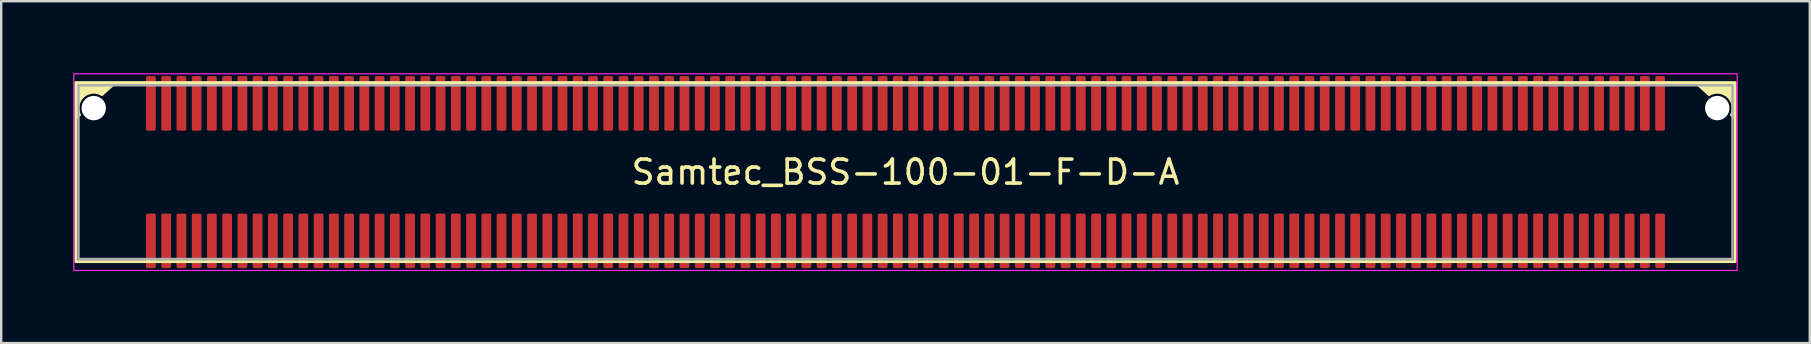
<source format=kicad_pcb>
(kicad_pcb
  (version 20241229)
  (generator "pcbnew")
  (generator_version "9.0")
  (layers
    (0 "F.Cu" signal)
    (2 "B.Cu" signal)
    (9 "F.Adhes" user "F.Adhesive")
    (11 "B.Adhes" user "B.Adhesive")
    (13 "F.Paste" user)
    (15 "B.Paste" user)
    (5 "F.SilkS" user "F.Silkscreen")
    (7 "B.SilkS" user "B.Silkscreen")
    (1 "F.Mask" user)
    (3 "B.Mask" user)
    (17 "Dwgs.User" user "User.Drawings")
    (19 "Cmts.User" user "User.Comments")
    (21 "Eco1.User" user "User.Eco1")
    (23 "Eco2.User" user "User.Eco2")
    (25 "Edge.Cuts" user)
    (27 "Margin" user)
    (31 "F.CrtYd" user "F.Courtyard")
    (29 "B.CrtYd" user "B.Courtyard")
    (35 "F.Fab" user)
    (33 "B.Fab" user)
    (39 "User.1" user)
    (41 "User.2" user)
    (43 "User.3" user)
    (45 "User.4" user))
  (footprint "Samtec_BSS-100-01-F-D-A"
    (layer "F.Cu")
    (at 34.669 4.12)
    (property "Reference" "Samtec_BSS-100-01-F-D-A" (at 0 0 0) (layer "F.SilkS") (effects (font (size 1 1) (thickness 0.15))))
    (attr smd)
    (fp_rect (start -34.559 -3.729) (end 34.559 3.729) (stroke (width 0.12) (type solid)) (fill no) (layer "F.SilkS"))
    (fp_poly (pts (xy -33.466 -3.156) (xy -33.484 -3.169) (xy -33.544 -3.204) (xy -33.608 -3.231) (xy -33.675 -3.251) (xy -33.744 -3.263) (xy -33.814 -3.268) (xy -33.883 -3.263) (xy -33.952 -3.251) (xy -34.019 -3.231) (xy -34.083 -3.204) (xy -34.144 -3.169) (xy -34.2 -3.127) (xy -34.251 -3.079) (xy -34.295 -3.026) (xy -34.334 -2.967) (xy -34.365 -2.905) (xy -34.389 -2.839) (xy -34.405 -2.771) (xy -34.413 -2.702) (xy -34.413 -2.632) (xy -34.405 -2.563) (xy -34.389 -2.495) (xy -34.365 -2.429) (xy -34.336 -2.371) (xy -34.559 -2.171) (xy -34.559 -3.729) (xy -32.83 -3.729)) (stroke (width 0) (type default)) (fill yes) (layer "F.SilkS"))
    (fp_poly (pts (xy 33.466 -3.156) (xy 33.484 -3.169) (xy 33.544 -3.204) (xy 33.608 -3.231) (xy 33.675 -3.251) (xy 33.744 -3.263) (xy 33.814 -3.268) (xy 33.883 -3.263) (xy 33.952 -3.251) (xy 34.019 -3.231) (xy 34.083 -3.204) (xy 34.144 -3.169) (xy 34.2 -3.127) (xy 34.251 -3.079) (xy 34.295 -3.026) (xy 34.334 -2.967) (xy 34.365 -2.905) (xy 34.389 -2.839) (xy 34.405 -2.771) (xy 34.413 -2.702) (xy 34.413 -2.632) (xy 34.405 -2.563) (xy 34.389 -2.495) (xy 34.365 -2.429) (xy 34.336 -2.371) (xy 34.559 -2.171) (xy 34.559 -3.729) (xy 32.83 -3.729)) (stroke (width 0) (type default)) (fill yes) (layer "F.SilkS"))
    (fp_rect (start -34.644 -4.096) (end 34.644 4.096) (stroke (width 0.05) (type solid)) (fill no) (layer "F.CrtYd"))
    (fp_rect (start -34.449 -3.619) (end 34.449 3.619) (stroke (width 0.1) (type solid)) (fill no) (layer "F.Fab"))
    (pad "" np_thru_hole circle (at -33.814 -2.667) (size 1.016 1.016) (drill 1.016) (layers "*.Cu" "*.Mask"))
    (pad "" np_thru_hole circle (at 33.814 -2.667) (size 1.016 1.016) (drill 1.016) (layers "*.Cu" "*.Mask"))
    (pad "1" smd roundrect (at -31.433 2.864) (size 0.406 2.273) (layers "F.Cu" "F.Mask" "F.Paste") (roundrect_rratio 0.15))
    (pad "2" smd roundrect (at -31.433 -2.864) (size 0.406 2.273) (layers "F.Cu" "F.Mask" "F.Paste") (roundrect_rratio 0.15))
    (pad "3" smd roundrect (at -30.797 2.864) (size 0.406 2.273) (layers "F.Cu" "F.Mask" "F.Paste") (roundrect_rratio 0.15))
    (pad "4" smd roundrect (at -30.797 -2.864) (size 0.406 2.273) (layers "F.Cu" "F.Mask" "F.Paste") (roundrect_rratio 0.15))
    (pad "5" smd roundrect (at -30.163 2.864) (size 0.406 2.273) (layers "F.Cu" "F.Mask" "F.Paste") (roundrect_rratio 0.15))
    (pad "6" smd roundrect (at -30.163 -2.864) (size 0.406 2.273) (layers "F.Cu" "F.Mask" "F.Paste") (roundrect_rratio 0.15))
    (pad "7" smd roundrect (at -29.527 2.864) (size 0.406 2.273) (layers "F.Cu" "F.Mask" "F.Paste") (roundrect_rratio 0.15))
    (pad "8" smd roundrect (at -29.527 -2.864) (size 0.406 2.273) (layers "F.Cu" "F.Mask" "F.Paste") (roundrect_rratio 0.15))
    (pad "9" smd roundrect (at -28.892 2.864) (size 0.406 2.273) (layers "F.Cu" "F.Mask" "F.Paste") (roundrect_rratio 0.15))
    (pad "10" smd roundrect (at -28.892 -2.864) (size 0.406 2.273) (layers "F.Cu" "F.Mask" "F.Paste") (roundrect_rratio 0.15))
    (pad "11" smd roundrect (at -28.258 2.864) (size 0.406 2.273) (layers "F.Cu" "F.Mask" "F.Paste") (roundrect_rratio 0.15))
    (pad "12" smd roundrect (at -28.258 -2.864) (size 0.406 2.273) (layers "F.Cu" "F.Mask" "F.Paste") (roundrect_rratio 0.15))
    (pad "13" smd roundrect (at -27.622 2.864) (size 0.406 2.273) (layers "F.Cu" "F.Mask" "F.Paste") (roundrect_rratio 0.15))
    (pad "14" smd roundrect (at -27.622 -2.864) (size 0.406 2.273) (layers "F.Cu" "F.Mask" "F.Paste") (roundrect_rratio 0.15))
    (pad "15" smd roundrect (at -26.988 2.864) (size 0.406 2.273) (layers "F.Cu" "F.Mask" "F.Paste") (roundrect_rratio 0.15))
    (pad "16" smd roundrect (at -26.988 -2.864) (size 0.406 2.273) (layers "F.Cu" "F.Mask" "F.Paste") (roundrect_rratio 0.15))
    (pad "17" smd roundrect (at -26.352 2.864) (size 0.406 2.273) (layers "F.Cu" "F.Mask" "F.Paste") (roundrect_rratio 0.15))
    (pad "18" smd roundrect (at -26.352 -2.864) (size 0.406 2.273) (layers "F.Cu" "F.Mask" "F.Paste") (roundrect_rratio 0.15))
    (pad "19" smd roundrect (at -25.718 2.864) (size 0.406 2.273) (layers "F.Cu" "F.Mask" "F.Paste") (roundrect_rratio 0.15))
    (pad "20" smd roundrect (at -25.718 -2.864) (size 0.406 2.273) (layers "F.Cu" "F.Mask" "F.Paste") (roundrect_rratio 0.15))
    (pad "21" smd roundrect (at -25.082 2.864) (size 0.406 2.273) (layers "F.Cu" "F.Mask" "F.Paste") (roundrect_rratio 0.15))
    (pad "22" smd roundrect (at -25.082 -2.864) (size 0.406 2.273) (layers "F.Cu" "F.Mask" "F.Paste") (roundrect_rratio 0.15))
    (pad "23" smd roundrect (at -24.448 2.864) (size 0.406 2.273) (layers "F.Cu" "F.Mask" "F.Paste") (roundrect_rratio 0.15))
    (pad "24" smd roundrect (at -24.448 -2.864) (size 0.406 2.273) (layers "F.Cu" "F.Mask" "F.Paste") (roundrect_rratio 0.15))
    (pad "25" smd roundrect (at -23.812 2.864) (size 0.406 2.273) (layers "F.Cu" "F.Mask" "F.Paste") (roundrect_rratio 0.15))
    (pad "26" smd roundrect (at -23.812 -2.864) (size 0.406 2.273) (layers "F.Cu" "F.Mask" "F.Paste") (roundrect_rratio 0.15))
    (pad "27" smd roundrect (at -23.177 2.864) (size 0.406 2.273) (layers "F.Cu" "F.Mask" "F.Paste") (roundrect_rratio 0.15))
    (pad "28" smd roundrect (at -23.177 -2.864) (size 0.406 2.273) (layers "F.Cu" "F.Mask" "F.Paste") (roundrect_rratio 0.15))
    (pad "29" smd roundrect (at -22.543 2.864) (size 0.406 2.273) (layers "F.Cu" "F.Mask" "F.Paste") (roundrect_rratio 0.15))
    (pad "30" smd roundrect (at -22.543 -2.864) (size 0.406 2.273) (layers "F.Cu" "F.Mask" "F.Paste") (roundrect_rratio 0.15))
    (pad "31" smd roundrect (at -21.907 2.864) (size 0.406 2.273) (layers "F.Cu" "F.Mask" "F.Paste") (roundrect_rratio 0.15))
    (pad "32" smd roundrect (at -21.907 -2.864) (size 0.406 2.273) (layers "F.Cu" "F.Mask" "F.Paste") (roundrect_rratio 0.15))
    (pad "33" smd roundrect (at -21.273 2.864) (size 0.406 2.273) (layers "F.Cu" "F.Mask" "F.Paste") (roundrect_rratio 0.15))
    (pad "34" smd roundrect (at -21.273 -2.864) (size 0.406 2.273) (layers "F.Cu" "F.Mask" "F.Paste") (roundrect_rratio 0.15))
    (pad "35" smd roundrect (at -20.637 2.864) (size 0.406 2.273) (layers "F.Cu" "F.Mask" "F.Paste") (roundrect_rratio 0.15))
    (pad "36" smd roundrect (at -20.637 -2.864) (size 0.406 2.273) (layers "F.Cu" "F.Mask" "F.Paste") (roundrect_rratio 0.15))
    (pad "37" smd roundrect (at -20.003 2.864) (size 0.406 2.273) (layers "F.Cu" "F.Mask" "F.Paste") (roundrect_rratio 0.15))
    (pad "38" smd roundrect (at -20.003 -2.864) (size 0.406 2.273) (layers "F.Cu" "F.Mask" "F.Paste") (roundrect_rratio 0.15))
    (pad "39" smd roundrect (at -19.367 2.864) (size 0.406 2.273) (layers "F.Cu" "F.Mask" "F.Paste") (roundrect_rratio 0.15))
    (pad "40" smd roundrect (at -19.367 -2.864) (size 0.406 2.273) (layers "F.Cu" "F.Mask" "F.Paste") (roundrect_rratio 0.15))
    (pad "41" smd roundrect (at -18.733 2.864) (size 0.406 2.273) (layers "F.Cu" "F.Mask" "F.Paste") (roundrect_rratio 0.15))
    (pad "42" smd roundrect (at -18.733 -2.864) (size 0.406 2.273) (layers "F.Cu" "F.Mask" "F.Paste") (roundrect_rratio 0.15))
    (pad "43" smd roundrect (at -18.098 2.864) (size 0.406 2.273) (layers "F.Cu" "F.Mask" "F.Paste") (roundrect_rratio 0.15))
    (pad "44" smd roundrect (at -18.098 -2.864) (size 0.406 2.273) (layers "F.Cu" "F.Mask" "F.Paste") (roundrect_rratio 0.15))
    (pad "45" smd roundrect (at -17.462 2.864) (size 0.406 2.273) (layers "F.Cu" "F.Mask" "F.Paste") (roundrect_rratio 0.15))
    (pad "46" smd roundrect (at -17.462 -2.864) (size 0.406 2.273) (layers "F.Cu" "F.Mask" "F.Paste") (roundrect_rratio 0.15))
    (pad "47" smd roundrect (at -16.828 2.864) (size 0.406 2.273) (layers "F.Cu" "F.Mask" "F.Paste") (roundrect_rratio 0.15))
    (pad "48" smd roundrect (at -16.828 -2.864) (size 0.406 2.273) (layers "F.Cu" "F.Mask" "F.Paste") (roundrect_rratio 0.15))
    (pad "49" smd roundrect (at -16.192 2.864) (size 0.406 2.273) (layers "F.Cu" "F.Mask" "F.Paste") (roundrect_rratio 0.15))
    (pad "50" smd roundrect (at -16.192 -2.864) (size 0.406 2.273) (layers "F.Cu" "F.Mask" "F.Paste") (roundrect_rratio 0.15))
    (pad "51" smd roundrect (at -15.557 2.864) (size 0.406 2.273) (layers "F.Cu" "F.Mask" "F.Paste") (roundrect_rratio 0.15))
    (pad "52" smd roundrect (at -15.557 -2.864) (size 0.406 2.273) (layers "F.Cu" "F.Mask" "F.Paste") (roundrect_rratio 0.15))
    (pad "53" smd roundrect (at -14.922 2.864) (size 0.406 2.273) (layers "F.Cu" "F.Mask" "F.Paste") (roundrect_rratio 0.15))
    (pad "54" smd roundrect (at -14.922 -2.864) (size 0.406 2.273) (layers "F.Cu" "F.Mask" "F.Paste") (roundrect_rratio 0.15))
    (pad "55" smd roundrect (at -14.287 2.864) (size 0.406 2.273) (layers "F.Cu" "F.Mask" "F.Paste") (roundrect_rratio 0.15))
    (pad "56" smd roundrect (at -14.287 -2.864) (size 0.406 2.273) (layers "F.Cu" "F.Mask" "F.Paste") (roundrect_rratio 0.15))
    (pad "57" smd roundrect (at -13.652 2.864) (size 0.406 2.273) (layers "F.Cu" "F.Mask" "F.Paste") (roundrect_rratio 0.15))
    (pad "58" smd roundrect (at -13.652 -2.864) (size 0.406 2.273) (layers "F.Cu" "F.Mask" "F.Paste") (roundrect_rratio 0.15))
    (pad "59" smd roundrect (at -13.018 2.864) (size 0.406 2.273) (layers "F.Cu" "F.Mask" "F.Paste") (roundrect_rratio 0.15))
    (pad "60" smd roundrect (at -13.018 -2.864) (size 0.406 2.273) (layers "F.Cu" "F.Mask" "F.Paste") (roundrect_rratio 0.15))
    (pad "61" smd roundrect (at -12.383 2.864) (size 0.406 2.273) (layers "F.Cu" "F.Mask" "F.Paste") (roundrect_rratio 0.15))
    (pad "62" smd roundrect (at -12.383 -2.864) (size 0.406 2.273) (layers "F.Cu" "F.Mask" "F.Paste") (roundrect_rratio 0.15))
    (pad "63" smd roundrect (at -11.748 2.864) (size 0.406 2.273) (layers "F.Cu" "F.Mask" "F.Paste") (roundrect_rratio 0.15))
    (pad "64" smd roundrect (at -11.748 -2.864) (size 0.406 2.273) (layers "F.Cu" "F.Mask" "F.Paste") (roundrect_rratio 0.15))
    (pad "65" smd roundrect (at -11.113 2.864) (size 0.406 2.273) (layers "F.Cu" "F.Mask" "F.Paste") (roundrect_rratio 0.15))
    (pad "66" smd roundrect (at -11.113 -2.864) (size 0.406 2.273) (layers "F.Cu" "F.Mask" "F.Paste") (roundrect_rratio 0.15))
    (pad "67" smd roundrect (at -10.477 2.864) (size 0.406 2.273) (layers "F.Cu" "F.Mask" "F.Paste") (roundrect_rratio 0.15))
    (pad "68" smd roundrect (at -10.477 -2.864) (size 0.406 2.273) (layers "F.Cu" "F.Mask" "F.Paste") (roundrect_rratio 0.15))
    (pad "69" smd roundrect (at -9.842 2.864) (size 0.406 2.273) (layers "F.Cu" "F.Mask" "F.Paste") (roundrect_rratio 0.15))
    (pad "70" smd roundrect (at -9.842 -2.864) (size 0.406 2.273) (layers "F.Cu" "F.Mask" "F.Paste") (roundrect_rratio 0.15))
    (pad "71" smd roundrect (at -9.207 2.864) (size 0.406 2.273) (layers "F.Cu" "F.Mask" "F.Paste") (roundrect_rratio 0.15))
    (pad "72" smd roundrect (at -9.207 -2.864) (size 0.406 2.273) (layers "F.Cu" "F.Mask" "F.Paste") (roundrect_rratio 0.15))
    (pad "73" smd roundrect (at -8.572 2.864) (size 0.406 2.273) (layers "F.Cu" "F.Mask" "F.Paste") (roundrect_rratio 0.15))
    (pad "74" smd roundrect (at -8.572 -2.864) (size 0.406 2.273) (layers "F.Cu" "F.Mask" "F.Paste") (roundrect_rratio 0.15))
    (pad "75" smd roundrect (at -7.938 2.864) (size 0.406 2.273) (layers "F.Cu" "F.Mask" "F.Paste") (roundrect_rratio 0.15))
    (pad "76" smd roundrect (at -7.938 -2.864) (size 0.406 2.273) (layers "F.Cu" "F.Mask" "F.Paste") (roundrect_rratio 0.15))
    (pad "77" smd roundrect (at -7.303 2.864) (size 0.406 2.273) (layers "F.Cu" "F.Mask" "F.Paste") (roundrect_rratio 0.15))
    (pad "78" smd roundrect (at -7.303 -2.864) (size 0.406 2.273) (layers "F.Cu" "F.Mask" "F.Paste") (roundrect_rratio 0.15))
    (pad "79" smd roundrect (at -6.668 2.864) (size 0.406 2.273) (layers "F.Cu" "F.Mask" "F.Paste") (roundrect_rratio 0.15))
    (pad "80" smd roundrect (at -6.668 -2.864) (size 0.406 2.273) (layers "F.Cu" "F.Mask" "F.Paste") (roundrect_rratio 0.15))
    (pad "81" smd roundrect (at -6.032 2.864) (size 0.406 2.273) (layers "F.Cu" "F.Mask" "F.Paste") (roundrect_rratio 0.15))
    (pad "82" smd roundrect (at -6.032 -2.864) (size 0.406 2.273) (layers "F.Cu" "F.Mask" "F.Paste") (roundrect_rratio 0.15))
    (pad "83" smd roundrect (at -5.397 2.864) (size 0.406 2.273) (layers "F.Cu" "F.Mask" "F.Paste") (roundrect_rratio 0.15))
    (pad "84" smd roundrect (at -5.397 -2.864) (size 0.406 2.273) (layers "F.Cu" "F.Mask" "F.Paste") (roundrect_rratio 0.15))
    (pad "85" smd roundrect (at -4.763 2.864) (size 0.406 2.273) (layers "F.Cu" "F.Mask" "F.Paste") (roundrect_rratio 0.15))
    (pad "86" smd roundrect (at -4.763 -2.864) (size 0.406 2.273) (layers "F.Cu" "F.Mask" "F.Paste") (roundrect_rratio 0.15))
    (pad "87" smd roundrect (at -4.128 2.864) (size 0.406 2.273) (layers "F.Cu" "F.Mask" "F.Paste") (roundrect_rratio 0.15))
    (pad "88" smd roundrect (at -4.128 -2.864) (size 0.406 2.273) (layers "F.Cu" "F.Mask" "F.Paste") (roundrect_rratio 0.15))
    (pad "89" smd roundrect (at -3.493 2.864) (size 0.406 2.273) (layers "F.Cu" "F.Mask" "F.Paste") (roundrect_rratio 0.15))
    (pad "90" smd roundrect (at -3.493 -2.864) (size 0.406 2.273) (layers "F.Cu" "F.Mask" "F.Paste") (roundrect_rratio 0.15))
    (pad "91" smd roundrect (at -2.857 2.864) (size 0.406 2.273) (layers "F.Cu" "F.Mask" "F.Paste") (roundrect_rratio 0.15))
    (pad "92" smd roundrect (at -2.857 -2.864) (size 0.406 2.273) (layers "F.Cu" "F.Mask" "F.Paste") (roundrect_rratio 0.15))
    (pad "93" smd roundrect (at -2.223 2.864) (size 0.406 2.273) (layers "F.Cu" "F.Mask" "F.Paste") (roundrect_rratio 0.15))
    (pad "94" smd roundrect (at -2.223 -2.864) (size 0.406 2.273) (layers "F.Cu" "F.Mask" "F.Paste") (roundrect_rratio 0.15))
    (pad "95" smd roundrect (at -1.587 2.864) (size 0.406 2.273) (layers "F.Cu" "F.Mask" "F.Paste") (roundrect_rratio 0.15))
    (pad "96" smd roundrect (at -1.587 -2.864) (size 0.406 2.273) (layers "F.Cu" "F.Mask" "F.Paste") (roundrect_rratio 0.15))
    (pad "97" smd roundrect (at -0.953 2.864) (size 0.406 2.273) (layers "F.Cu" "F.Mask" "F.Paste") (roundrect_rratio 0.15))
    (pad "98" smd roundrect (at -0.953 -2.864) (size 0.406 2.273) (layers "F.Cu" "F.Mask" "F.Paste") (roundrect_rratio 0.15))
    (pad "99" smd roundrect (at -0.318 2.864) (size 0.406 2.273) (layers "F.Cu" "F.Mask" "F.Paste") (roundrect_rratio 0.15))
    (pad "100" smd roundrect (at -0.318 -2.864) (size 0.406 2.273) (layers "F.Cu" "F.Mask" "F.Paste") (roundrect_rratio 0.15))
    (pad "101" smd roundrect (at 0.318 2.864) (size 0.406 2.273) (layers "F.Cu" "F.Mask" "F.Paste") (roundrect_rratio 0.15))
    (pad "102" smd roundrect (at 0.318 -2.864) (size 0.406 2.273) (layers "F.Cu" "F.Mask" "F.Paste") (roundrect_rratio 0.15))
    (pad "103" smd roundrect (at 0.953 2.864) (size 0.406 2.273) (layers "F.Cu" "F.Mask" "F.Paste") (roundrect_rratio 0.15))
    (pad "104" smd roundrect (at 0.953 -2.864) (size 0.406 2.273) (layers "F.Cu" "F.Mask" "F.Paste") (roundrect_rratio 0.15))
    (pad "105" smd roundrect (at 1.587 2.864) (size 0.406 2.273) (layers "F.Cu" "F.Mask" "F.Paste") (roundrect_rratio 0.15))
    (pad "106" smd roundrect (at 1.587 -2.864) (size 0.406 2.273) (layers "F.Cu" "F.Mask" "F.Paste") (roundrect_rratio 0.15))
    (pad "107" smd roundrect (at 2.223 2.864) (size 0.406 2.273) (layers "F.Cu" "F.Mask" "F.Paste") (roundrect_rratio 0.15))
    (pad "108" smd roundrect (at 2.223 -2.864) (size 0.406 2.273) (layers "F.Cu" "F.Mask" "F.Paste") (roundrect_rratio 0.15))
    (pad "109" smd roundrect (at 2.857 2.864) (size 0.406 2.273) (layers "F.Cu" "F.Mask" "F.Paste") (roundrect_rratio 0.15))
    (pad "110" smd roundrect (at 2.857 -2.864) (size 0.406 2.273) (layers "F.Cu" "F.Mask" "F.Paste") (roundrect_rratio 0.15))
    (pad "111" smd roundrect (at 3.493 2.864) (size 0.406 2.273) (layers "F.Cu" "F.Mask" "F.Paste") (roundrect_rratio 0.15))
    (pad "112" smd roundrect (at 3.493 -2.864) (size 0.406 2.273) (layers "F.Cu" "F.Mask" "F.Paste") (roundrect_rratio 0.15))
    (pad "113" smd roundrect (at 4.128 2.864) (size 0.406 2.273) (layers "F.Cu" "F.Mask" "F.Paste") (roundrect_rratio 0.15))
    (pad "114" smd roundrect (at 4.128 -2.864) (size 0.406 2.273) (layers "F.Cu" "F.Mask" "F.Paste") (roundrect_rratio 0.15))
    (pad "115" smd roundrect (at 4.763 2.864) (size 0.406 2.273) (layers "F.Cu" "F.Mask" "F.Paste") (roundrect_rratio 0.15))
    (pad "116" smd roundrect (at 4.763 -2.864) (size 0.406 2.273) (layers "F.Cu" "F.Mask" "F.Paste") (roundrect_rratio 0.15))
    (pad "117" smd roundrect (at 5.397 2.864) (size 0.406 2.273) (layers "F.Cu" "F.Mask" "F.Paste") (roundrect_rratio 0.15))
    (pad "118" smd roundrect (at 5.397 -2.864) (size 0.406 2.273) (layers "F.Cu" "F.Mask" "F.Paste") (roundrect_rratio 0.15))
    (pad "119" smd roundrect (at 6.032 2.864) (size 0.406 2.273) (layers "F.Cu" "F.Mask" "F.Paste") (roundrect_rratio 0.15))
    (pad "120" smd roundrect (at 6.032 -2.864) (size 0.406 2.273) (layers "F.Cu" "F.Mask" "F.Paste") (roundrect_rratio 0.15))
    (pad "121" smd roundrect (at 6.668 2.864) (size 0.406 2.273) (layers "F.Cu" "F.Mask" "F.Paste") (roundrect_rratio 0.15))
    (pad "122" smd roundrect (at 6.668 -2.864) (size 0.406 2.273) (layers "F.Cu" "F.Mask" "F.Paste") (roundrect_rratio 0.15))
    (pad "123" smd roundrect (at 7.303 2.864) (size 0.406 2.273) (layers "F.Cu" "F.Mask" "F.Paste") (roundrect_rratio 0.15))
    (pad "124" smd roundrect (at 7.303 -2.864) (size 0.406 2.273) (layers "F.Cu" "F.Mask" "F.Paste") (roundrect_rratio 0.15))
    (pad "125" smd roundrect (at 7.938 2.864) (size 0.406 2.273) (layers "F.Cu" "F.Mask" "F.Paste") (roundrect_rratio 0.15))
    (pad "126" smd roundrect (at 7.938 -2.864) (size 0.406 2.273) (layers "F.Cu" "F.Mask" "F.Paste") (roundrect_rratio 0.15))
    (pad "127" smd roundrect (at 8.572 2.864) (size 0.406 2.273) (layers "F.Cu" "F.Mask" "F.Paste") (roundrect_rratio 0.15))
    (pad "128" smd roundrect (at 8.572 -2.864) (size 0.406 2.273) (layers "F.Cu" "F.Mask" "F.Paste") (roundrect_rratio 0.15))
    (pad "129" smd roundrect (at 9.207 2.864) (size 0.406 2.273) (layers "F.Cu" "F.Mask" "F.Paste") (roundrect_rratio 0.15))
    (pad "130" smd roundrect (at 9.207 -2.864) (size 0.406 2.273) (layers "F.Cu" "F.Mask" "F.Paste") (roundrect_rratio 0.15))
    (pad "131" smd roundrect (at 9.842 2.864) (size 0.406 2.273) (layers "F.Cu" "F.Mask" "F.Paste") (roundrect_rratio 0.15))
    (pad "132" smd roundrect (at 9.842 -2.864) (size 0.406 2.273) (layers "F.Cu" "F.Mask" "F.Paste") (roundrect_rratio 0.15))
    (pad "133" smd roundrect (at 10.477 2.864) (size 0.406 2.273) (layers "F.Cu" "F.Mask" "F.Paste") (roundrect_rratio 0.15))
    (pad "134" smd roundrect (at 10.477 -2.864) (size 0.406 2.273) (layers "F.Cu" "F.Mask" "F.Paste") (roundrect_rratio 0.15))
    (pad "135" smd roundrect (at 11.113 2.864) (size 0.406 2.273) (layers "F.Cu" "F.Mask" "F.Paste") (roundrect_rratio 0.15))
    (pad "136" smd roundrect (at 11.113 -2.864) (size 0.406 2.273) (layers "F.Cu" "F.Mask" "F.Paste") (roundrect_rratio 0.15))
    (pad "137" smd roundrect (at 11.748 2.864) (size 0.406 2.273) (layers "F.Cu" "F.Mask" "F.Paste") (roundrect_rratio 0.15))
    (pad "138" smd roundrect (at 11.748 -2.864) (size 0.406 2.273) (layers "F.Cu" "F.Mask" "F.Paste") (roundrect_rratio 0.15))
    (pad "139" smd roundrect (at 12.383 2.864) (size 0.406 2.273) (layers "F.Cu" "F.Mask" "F.Paste") (roundrect_rratio 0.15))
    (pad "140" smd roundrect (at 12.383 -2.864) (size 0.406 2.273) (layers "F.Cu" "F.Mask" "F.Paste") (roundrect_rratio 0.15))
    (pad "141" smd roundrect (at 13.018 2.864) (size 0.406 2.273) (layers "F.Cu" "F.Mask" "F.Paste") (roundrect_rratio 0.15))
    (pad "142" smd roundrect (at 13.018 -2.864) (size 0.406 2.273) (layers "F.Cu" "F.Mask" "F.Paste") (roundrect_rratio 0.15))
    (pad "143" smd roundrect (at 13.652 2.864) (size 0.406 2.273) (layers "F.Cu" "F.Mask" "F.Paste") (roundrect_rratio 0.15))
    (pad "144" smd roundrect (at 13.652 -2.864) (size 0.406 2.273) (layers "F.Cu" "F.Mask" "F.Paste") (roundrect_rratio 0.15))
    (pad "145" smd roundrect (at 14.287 2.864) (size 0.406 2.273) (layers "F.Cu" "F.Mask" "F.Paste") (roundrect_rratio 0.15))
    (pad "146" smd roundrect (at 14.287 -2.864) (size 0.406 2.273) (layers "F.Cu" "F.Mask" "F.Paste") (roundrect_rratio 0.15))
    (pad "147" smd roundrect (at 14.922 2.864) (size 0.406 2.273) (layers "F.Cu" "F.Mask" "F.Paste") (roundrect_rratio 0.15))
    (pad "148" smd roundrect (at 14.922 -2.864) (size 0.406 2.273) (layers "F.Cu" "F.Mask" "F.Paste") (roundrect_rratio 0.15))
    (pad "149" smd roundrect (at 15.557 2.864) (size 0.406 2.273) (layers "F.Cu" "F.Mask" "F.Paste") (roundrect_rratio 0.15))
    (pad "150" smd roundrect (at 15.557 -2.864) (size 0.406 2.273) (layers "F.Cu" "F.Mask" "F.Paste") (roundrect_rratio 0.15))
    (pad "151" smd roundrect (at 16.192 2.864) (size 0.406 2.273) (layers "F.Cu" "F.Mask" "F.Paste") (roundrect_rratio 0.15))
    (pad "152" smd roundrect (at 16.192 -2.864) (size 0.406 2.273) (layers "F.Cu" "F.Mask" "F.Paste") (roundrect_rratio 0.15))
    (pad "153" smd roundrect (at 16.828 2.864) (size 0.406 2.273) (layers "F.Cu" "F.Mask" "F.Paste") (roundrect_rratio 0.15))
    (pad "154" smd roundrect (at 16.828 -2.864) (size 0.406 2.273) (layers "F.Cu" "F.Mask" "F.Paste") (roundrect_rratio 0.15))
    (pad "155" smd roundrect (at 17.462 2.864) (size 0.406 2.273) (layers "F.Cu" "F.Mask" "F.Paste") (roundrect_rratio 0.15))
    (pad "156" smd roundrect (at 17.462 -2.864) (size 0.406 2.273) (layers "F.Cu" "F.Mask" "F.Paste") (roundrect_rratio 0.15))
    (pad "157" smd roundrect (at 18.098 2.864) (size 0.406 2.273) (layers "F.Cu" "F.Mask" "F.Paste") (roundrect_rratio 0.15))
    (pad "158" smd roundrect (at 18.098 -2.864) (size 0.406 2.273) (layers "F.Cu" "F.Mask" "F.Paste") (roundrect_rratio 0.15))
    (pad "159" smd roundrect (at 18.733 2.864) (size 0.406 2.273) (layers "F.Cu" "F.Mask" "F.Paste") (roundrect_rratio 0.15))
    (pad "160" smd roundrect (at 18.733 -2.864) (size 0.406 2.273) (layers "F.Cu" "F.Mask" "F.Paste") (roundrect_rratio 0.15))
    (pad "161" smd roundrect (at 19.367 2.864) (size 0.406 2.273) (layers "F.Cu" "F.Mask" "F.Paste") (roundrect_rratio 0.15))
    (pad "162" smd roundrect (at 19.367 -2.864) (size 0.406 2.273) (layers "F.Cu" "F.Mask" "F.Paste") (roundrect_rratio 0.15))
    (pad "163" smd roundrect (at 20.003 2.864) (size 0.406 2.273) (layers "F.Cu" "F.Mask" "F.Paste") (roundrect_rratio 0.15))
    (pad "164" smd roundrect (at 20.003 -2.864) (size 0.406 2.273) (layers "F.Cu" "F.Mask" "F.Paste") (roundrect_rratio 0.15))
    (pad "165" smd roundrect (at 20.637 2.864) (size 0.406 2.273) (layers "F.Cu" "F.Mask" "F.Paste") (roundrect_rratio 0.15))
    (pad "166" smd roundrect (at 20.637 -2.864) (size 0.406 2.273) (layers "F.Cu" "F.Mask" "F.Paste") (roundrect_rratio 0.15))
    (pad "167" smd roundrect (at 21.273 2.864) (size 0.406 2.273) (layers "F.Cu" "F.Mask" "F.Paste") (roundrect_rratio 0.15))
    (pad "168" smd roundrect (at 21.273 -2.864) (size 0.406 2.273) (layers "F.Cu" "F.Mask" "F.Paste") (roundrect_rratio 0.15))
    (pad "169" smd roundrect (at 21.907 2.864) (size 0.406 2.273) (layers "F.Cu" "F.Mask" "F.Paste") (roundrect_rratio 0.15))
    (pad "170" smd roundrect (at 21.907 -2.864) (size 0.406 2.273) (layers "F.Cu" "F.Mask" "F.Paste") (roundrect_rratio 0.15))
    (pad "171" smd roundrect (at 22.543 2.864) (size 0.406 2.273) (layers "F.Cu" "F.Mask" "F.Paste") (roundrect_rratio 0.15))
    (pad "172" smd roundrect (at 22.543 -2.864) (size 0.406 2.273) (layers "F.Cu" "F.Mask" "F.Paste") (roundrect_rratio 0.15))
    (pad "173" smd roundrect (at 23.177 2.864) (size 0.406 2.273) (layers "F.Cu" "F.Mask" "F.Paste") (roundrect_rratio 0.15))
    (pad "174" smd roundrect (at 23.177 -2.864) (size 0.406 2.273) (layers "F.Cu" "F.Mask" "F.Paste") (roundrect_rratio 0.15))
    (pad "175" smd roundrect (at 23.812 2.864) (size 0.406 2.273) (layers "F.Cu" "F.Mask" "F.Paste") (roundrect_rratio 0.15))
    (pad "176" smd roundrect (at 23.812 -2.864) (size 0.406 2.273) (layers "F.Cu" "F.Mask" "F.Paste") (roundrect_rratio 0.15))
    (pad "177" smd roundrect (at 24.448 2.864) (size 0.406 2.273) (layers "F.Cu" "F.Mask" "F.Paste") (roundrect_rratio 0.15))
    (pad "178" smd roundrect (at 24.448 -2.864) (size 0.406 2.273) (layers "F.Cu" "F.Mask" "F.Paste") (roundrect_rratio 0.15))
    (pad "179" smd roundrect (at 25.082 2.864) (size 0.406 2.273) (layers "F.Cu" "F.Mask" "F.Paste") (roundrect_rratio 0.15))
    (pad "180" smd roundrect (at 25.082 -2.864) (size 0.406 2.273) (layers "F.Cu" "F.Mask" "F.Paste") (roundrect_rratio 0.15))
    (pad "181" smd roundrect (at 25.718 2.864) (size 0.406 2.273) (layers "F.Cu" "F.Mask" "F.Paste") (roundrect_rratio 0.15))
    (pad "182" smd roundrect (at 25.718 -2.864) (size 0.406 2.273) (layers "F.Cu" "F.Mask" "F.Paste") (roundrect_rratio 0.15))
    (pad "183" smd roundrect (at 26.352 2.864) (size 0.406 2.273) (layers "F.Cu" "F.Mask" "F.Paste") (roundrect_rratio 0.15))
    (pad "184" smd roundrect (at 26.352 -2.864) (size 0.406 2.273) (layers "F.Cu" "F.Mask" "F.Paste") (roundrect_rratio 0.15))
    (pad "185" smd roundrect (at 26.988 2.864) (size 0.406 2.273) (layers "F.Cu" "F.Mask" "F.Paste") (roundrect_rratio 0.15))
    (pad "186" smd roundrect (at 26.988 -2.864) (size 0.406 2.273) (layers "F.Cu" "F.Mask" "F.Paste") (roundrect_rratio 0.15))
    (pad "187" smd roundrect (at 27.622 2.864) (size 0.406 2.273) (layers "F.Cu" "F.Mask" "F.Paste") (roundrect_rratio 0.15))
    (pad "188" smd roundrect (at 27.622 -2.864) (size 0.406 2.273) (layers "F.Cu" "F.Mask" "F.Paste") (roundrect_rratio 0.15))
    (pad "189" smd roundrect (at 28.258 2.864) (size 0.406 2.273) (layers "F.Cu" "F.Mask" "F.Paste") (roundrect_rratio 0.15))
    (pad "190" smd roundrect (at 28.258 -2.864) (size 0.406 2.273) (layers "F.Cu" "F.Mask" "F.Paste") (roundrect_rratio 0.15))
    (pad "191" smd roundrect (at 28.892 2.864) (size 0.406 2.273) (layers "F.Cu" "F.Mask" "F.Paste") (roundrect_rratio 0.15))
    (pad "192" smd roundrect (at 28.892 -2.864) (size 0.406 2.273) (layers "F.Cu" "F.Mask" "F.Paste") (roundrect_rratio 0.15))
    (pad "193" smd roundrect (at 29.527 2.864) (size 0.406 2.273) (layers "F.Cu" "F.Mask" "F.Paste") (roundrect_rratio 0.15))
    (pad "194" smd roundrect (at 29.527 -2.864) (size 0.406 2.273) (layers "F.Cu" "F.Mask" "F.Paste") (roundrect_rratio 0.15))
    (pad "195" smd roundrect (at 30.163 2.864) (size 0.406 2.273) (layers "F.Cu" "F.Mask" "F.Paste") (roundrect_rratio 0.15))
    (pad "196" smd roundrect (at 30.163 -2.864) (size 0.406 2.273) (layers "F.Cu" "F.Mask" "F.Paste") (roundrect_rratio 0.15))
    (pad "197" smd roundrect (at 30.797 2.864) (size 0.406 2.273) (layers "F.Cu" "F.Mask" "F.Paste") (roundrect_rratio 0.15))
    (pad "198" smd roundrect (at 30.797 -2.864) (size 0.406 2.273) (layers "F.Cu" "F.Mask" "F.Paste") (roundrect_rratio 0.15))
    (pad "199" smd roundrect (at 31.433 2.864) (size 0.406 2.273) (layers "F.Cu" "F.Mask" "F.Paste") (roundrect_rratio 0.15))
    (pad "200" smd roundrect (at 31.433 -2.864) (size 0.406 2.273) (layers "F.Cu" "F.Mask" "F.Paste") (roundrect_rratio 0.15)))
  (gr_rect
    (start -3 -3)
    (end 72.338 11.241)
    (stroke (width 0.1) (type default))
    (fill no)
    (layer "Edge.Cuts")))
</source>
